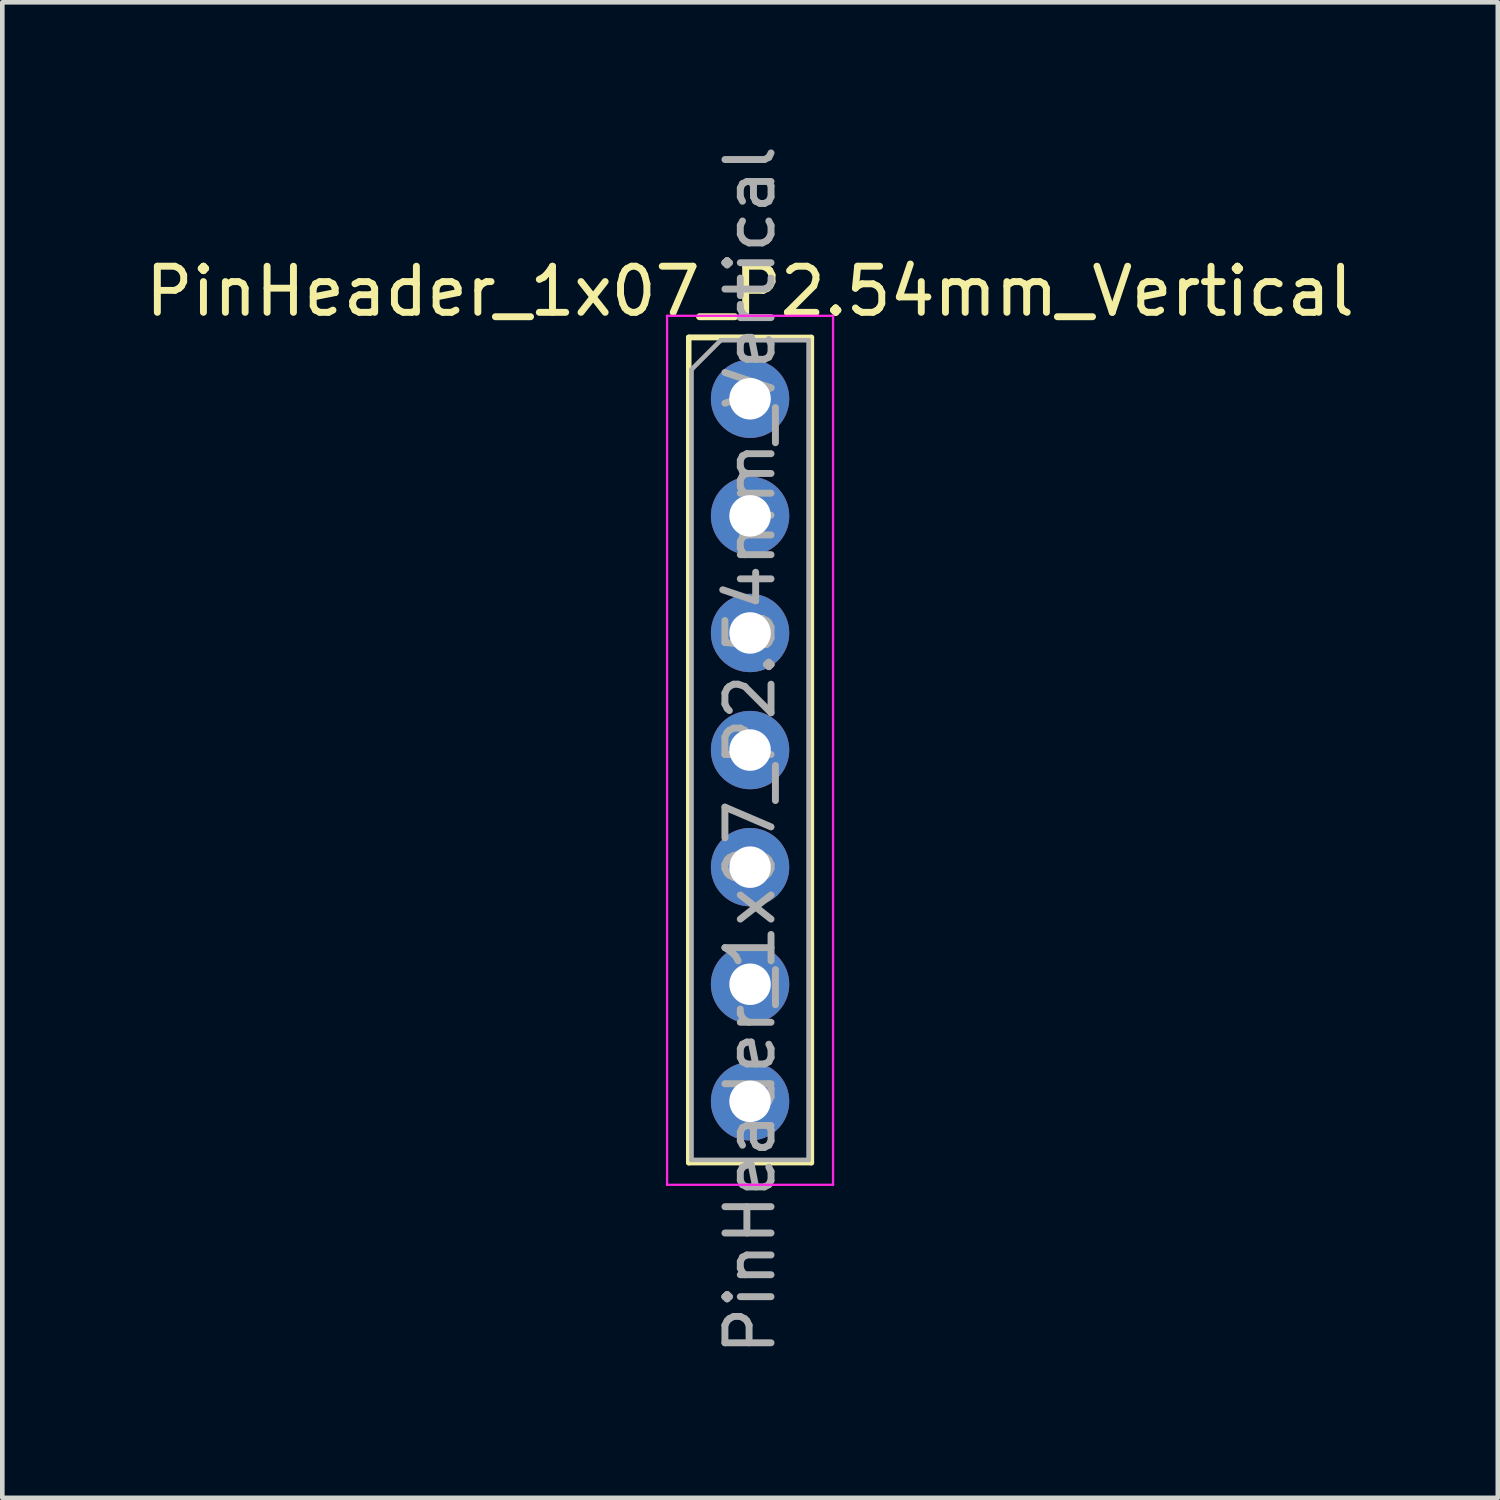
<source format=kicad_pcb>
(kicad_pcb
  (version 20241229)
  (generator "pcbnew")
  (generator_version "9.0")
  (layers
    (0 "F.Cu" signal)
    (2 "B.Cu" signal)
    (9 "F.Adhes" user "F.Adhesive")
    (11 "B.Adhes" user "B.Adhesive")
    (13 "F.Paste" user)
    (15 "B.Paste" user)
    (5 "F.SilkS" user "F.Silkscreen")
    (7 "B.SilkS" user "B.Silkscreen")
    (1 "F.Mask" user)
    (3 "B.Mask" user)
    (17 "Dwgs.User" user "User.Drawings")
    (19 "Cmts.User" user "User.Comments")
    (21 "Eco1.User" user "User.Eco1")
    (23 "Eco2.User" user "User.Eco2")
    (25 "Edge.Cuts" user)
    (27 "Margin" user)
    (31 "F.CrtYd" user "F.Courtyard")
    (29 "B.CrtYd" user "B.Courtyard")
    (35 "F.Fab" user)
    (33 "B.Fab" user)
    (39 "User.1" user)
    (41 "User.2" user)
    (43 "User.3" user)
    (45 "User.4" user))
  (footprint "PinHeader_1x07_P2.54mm_Vertical"
    (layer "F.Cu")
    (at 13.22 5.6)
    (property "Reference" "PinHeader_1x07_P2.54mm_Vertical" (at 0 -2.33 0) (layer "F.SilkS") (effects (font (size 1 1) (thickness 0.15))))
    (attr through_hole)
    (fp_line (start -1.33 -1.33) (end 0 -1.33) (stroke (width 0.12) (type solid)) (layer "F.SilkS"))
    (fp_line (start -1.33 -1.33) (end 1.33 -1.33) (stroke (width 0.12) (type solid)) (layer "F.SilkS"))
    (fp_line (start -1.33 0) (end -1.33 -1.33) (stroke (width 0.12) (type solid)) (layer "F.SilkS"))
    (fp_line (start -1.33 0) (end -1.33 16.57) (stroke (width 0.12) (type solid)) (layer "F.SilkS"))
    (fp_line (start -1.33 16.57) (end 1.33 16.57) (stroke (width 0.12) (type solid)) (layer "F.SilkS"))
    (fp_line (start 1.33 -1.33) (end 1.33 16.57) (stroke (width 0.12) (type solid)) (layer "F.SilkS"))
    (fp_line (start -1.8 -1.8) (end -1.8 17.05) (stroke (width 0.05) (type solid)) (layer "F.CrtYd"))
    (fp_line (start -1.8 17.05) (end 1.8 17.05) (stroke (width 0.05) (type solid)) (layer "F.CrtYd"))
    (fp_line (start 1.8 -1.8) (end -1.8 -1.8) (stroke (width 0.05) (type solid)) (layer "F.CrtYd"))
    (fp_line (start 1.8 17.05) (end 1.8 -1.8) (stroke (width 0.05) (type solid)) (layer "F.CrtYd"))
    (fp_line (start -1.27 -0.635) (end -0.635 -1.27) (stroke (width 0.1) (type solid)) (layer "F.Fab"))
    (fp_line (start -1.27 16.51) (end -1.27 -0.635) (stroke (width 0.1) (type solid)) (layer "F.Fab"))
    (fp_line (start -0.635 -1.27) (end 1.27 -1.27) (stroke (width 0.1) (type solid)) (layer "F.Fab"))
    (fp_line (start 1.27 -1.27) (end 1.27 16.51) (stroke (width 0.1) (type solid)) (layer "F.Fab"))
    (fp_line (start 1.27 16.51) (end -1.27 16.51) (stroke (width 0.1) (type solid)) (layer "F.Fab"))
    (fp_text user "${REFERENCE}" (at 0 7.62 90) (layer "F.Fab") (effects (font (size 1 1) (thickness 0.15))))
    (pad "1" thru_hole oval (at 0 0) (size 1.7 1.7) (drill 0.9) (layers "*.Cu" "*.Mask"))
    (pad "2" thru_hole oval (at 0 2.54) (size 1.7 1.7) (drill 0.9) (layers "*.Cu" "*.Mask"))
    (pad "3" thru_hole oval (at 0 5.08) (size 1.7 1.7) (drill 0.9) (layers "*.Cu" "*.Mask"))
    (pad "4" thru_hole oval (at 0 7.62) (size 1.7 1.7) (drill 0.9) (layers "*.Cu" "*.Mask"))
    (pad "5" thru_hole oval (at 0 10.16) (size 1.7 1.7) (drill 0.9) (layers "*.Cu" "*.Mask"))
    (pad "6" thru_hole oval (at 0 12.7) (size 1.7 1.7) (drill 0.9) (layers "*.Cu" "*.Mask"))
    (pad "7" thru_hole oval (at 0 15.24) (size 1.7 1.7) (drill 0.9) (layers "*.Cu" "*.Mask")))
  (gr_rect
    (start -3 -3)
    (end 29.44 29.44)
    (stroke (width 0.1) (type default))
    (fill no)
    (layer "Edge.Cuts")))
</source>
